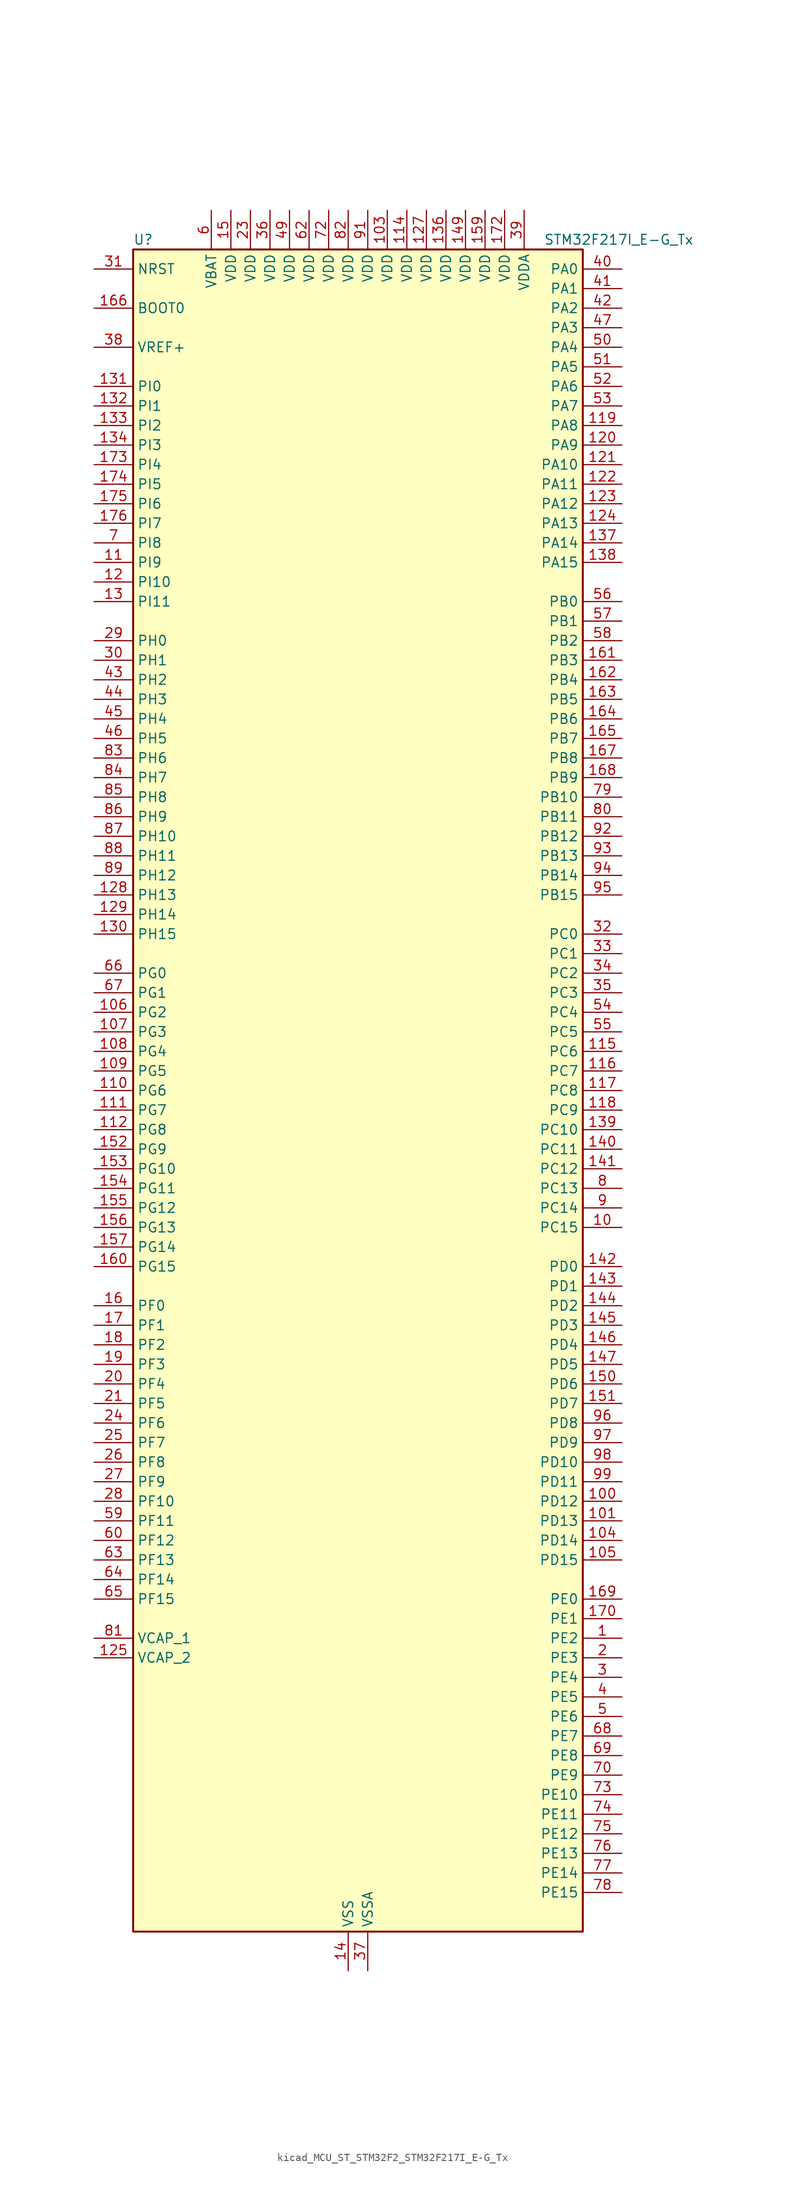
<source format=kicad_sym>
(kicad_symbol_lib
  (version 20220914)
  (generator kicad_symbol_editor)
  (symbol "kicad_MCU_ST_STM32F2_STM32F217I_E-G_Tx"
    (property "Reference" "U"
      (at -27.94 110.49 0)
      (effects (font (size 1.27 1.27)) (justify left)))
    (property "Value" "STM32F217I_E-G_Tx"
      (at 25.4 110.49 0)
      (effects (font (size 1.27 1.27)) (justify left)))
    (property "ki_locked" ""
      (at 0 0 0)
      (effects (font (size 1.27 1.27))))
    (symbol "kicad_MCU_ST_STM32F2_STM32F217I_E-G_Tx_0_1"
      (rectangle (start -27.94 -109.22) (end 30.48 109.22) (stroke (width 0.254) (type default)) (fill (type background))))
    (symbol "kicad_MCU_ST_STM32F2_STM32F217I_E-G_Tx_1_1"
      (pin bidirectional line (at 35.56 -71.12 180) (length 5.08) (name "PE2" (effects (font (size 1.27 1.27)))) (number "1" (effects (font (size 1.27 1.27)))) (alternate "ETH_TXD3" bidirectional line) (alternate "FSMC_A23" bidirectional line) (alternate "SYS_TRACECLK" bidirectional line))
      (pin bidirectional line (at 35.56 -17.78 180) (length 5.08) (name "PC15" (effects (font (size 1.27 1.27)))) (number "10" (effects (font (size 1.27 1.27)))) (alternate "ADC1_EXTI15" bidirectional line) (alternate "ADC2_EXTI15" bidirectional line) (alternate "ADC3_EXTI15" bidirectional line) (alternate "RCC_OSC32_OUT" bidirectional line))
      (pin bidirectional line (at 35.56 -53.34 180) (length 5.08) (name "PD12" (effects (font (size 1.27 1.27)))) (number "100" (effects (font (size 1.27 1.27)))) (alternate "FSMC_A17" bidirectional line) (alternate "FSMC_ALE" bidirectional line) (alternate "TIM4_CH1" bidirectional line) (alternate "USART3_RTS" bidirectional line))
      (pin bidirectional line (at 35.56 -55.88 180) (length 5.08) (name "PD13" (effects (font (size 1.27 1.27)))) (number "101" (effects (font (size 1.27 1.27)))) (alternate "FSMC_A18" bidirectional line) (alternate "TIM4_CH2" bidirectional line))
      (pin passive line (at 0 -114.3 90) (length 5.08) hide (name "VSS" (effects (font (size 1.27 1.27)))) (number "102" (effects (font (size 1.27 1.27)))))
      (pin power_in line (at 5.08 114.3 270) (length 5.08) (name "VDD" (effects (font (size 1.27 1.27)))) (number "103" (effects (font (size 1.27 1.27)))))
      (pin bidirectional line (at 35.56 -58.42 180) (length 5.08) (name "PD14" (effects (font (size 1.27 1.27)))) (number "104" (effects (font (size 1.27 1.27)))) (alternate "FSMC_D0" bidirectional line) (alternate "FSMC_DA0" bidirectional line) (alternate "TIM4_CH3" bidirectional line))
      (pin bidirectional line (at 35.56 -60.96 180) (length 5.08) (name "PD15" (effects (font (size 1.27 1.27)))) (number "105" (effects (font (size 1.27 1.27)))) (alternate "ADC1_EXTI15" bidirectional line) (alternate "ADC2_EXTI15" bidirectional line) (alternate "ADC3_EXTI15" bidirectional line) (alternate "FSMC_D1" bidirectional line) (alternate "FSMC_DA1" bidirectional line) (alternate "TIM4_CH4" bidirectional line))
      (pin bidirectional line (at -33.02 10.16 0) (length 5.08) (name "PG2" (effects (font (size 1.27 1.27)))) (number "106" (effects (font (size 1.27 1.27)))) (alternate "FSMC_A12" bidirectional line))
      (pin bidirectional line (at -33.02 7.62 0) (length 5.08) (name "PG3" (effects (font (size 1.27 1.27)))) (number "107" (effects (font (size 1.27 1.27)))) (alternate "FSMC_A13" bidirectional line))
      (pin bidirectional line (at -33.02 5.08 0) (length 5.08) (name "PG4" (effects (font (size 1.27 1.27)))) (number "108" (effects (font (size 1.27 1.27)))) (alternate "FSMC_A14" bidirectional line))
      (pin bidirectional line (at -33.02 2.54 0) (length 5.08) (name "PG5" (effects (font (size 1.27 1.27)))) (number "109" (effects (font (size 1.27 1.27)))) (alternate "FSMC_A15" bidirectional line))
      (pin bidirectional line (at -33.02 68.58 0) (length 5.08) (name "PI9" (effects (font (size 1.27 1.27)))) (number "11" (effects (font (size 1.27 1.27)))) (alternate "CAN1_RX" bidirectional line) (alternate "DAC_EXTI9" bidirectional line))
      (pin bidirectional line (at -33.02 0 0) (length 5.08) (name "PG6" (effects (font (size 1.27 1.27)))) (number "110" (effects (font (size 1.27 1.27)))) (alternate "FSMC_INT2" bidirectional line))
      (pin bidirectional line (at -33.02 -2.54 0) (length 5.08) (name "PG7" (effects (font (size 1.27 1.27)))) (number "111" (effects (font (size 1.27 1.27)))) (alternate "FSMC_INT3" bidirectional line) (alternate "USART6_CK" bidirectional line))
      (pin bidirectional line (at -33.02 -5.08 0) (length 5.08) (name "PG8" (effects (font (size 1.27 1.27)))) (number "112" (effects (font (size 1.27 1.27)))) (alternate "ETH_PPS_OUT" bidirectional line) (alternate "USART6_RTS" bidirectional line))
      (pin passive line (at 0 -114.3 90) (length 5.08) hide (name "VSS" (effects (font (size 1.27 1.27)))) (number "113" (effects (font (size 1.27 1.27)))))
      (pin power_in line (at 7.62 114.3 270) (length 5.08) (name "VDD" (effects (font (size 1.27 1.27)))) (number "114" (effects (font (size 1.27 1.27)))))
      (pin bidirectional line (at 35.56 5.08 180) (length 5.08) (name "PC6" (effects (font (size 1.27 1.27)))) (number "115" (effects (font (size 1.27 1.27)))) (alternate "DCMI_D0" bidirectional line) (alternate "I2S2_MCK" bidirectional line) (alternate "SDIO_D6" bidirectional line) (alternate "TIM3_CH1" bidirectional line) (alternate "TIM8_CH1" bidirectional line) (alternate "USART6_TX" bidirectional line))
      (pin bidirectional line (at 35.56 2.54 180) (length 5.08) (name "PC7" (effects (font (size 1.27 1.27)))) (number "116" (effects (font (size 1.27 1.27)))) (alternate "DCMI_D1" bidirectional line) (alternate "I2S3_MCK" bidirectional line) (alternate "SDIO_D7" bidirectional line) (alternate "TIM3_CH2" bidirectional line) (alternate "TIM8_CH2" bidirectional line) (alternate "USART6_RX" bidirectional line))
      (pin bidirectional line (at 35.56 0 180) (length 5.08) (name "PC8" (effects (font (size 1.27 1.27)))) (number "117" (effects (font (size 1.27 1.27)))) (alternate "DCMI_D2" bidirectional line) (alternate "SDIO_D0" bidirectional line) (alternate "TIM3_CH3" bidirectional line) (alternate "TIM8_CH3" bidirectional line) (alternate "USART6_CK" bidirectional line))
      (pin bidirectional line (at 35.56 -2.54 180) (length 5.08) (name "PC9" (effects (font (size 1.27 1.27)))) (number "118" (effects (font (size 1.27 1.27)))) (alternate "DAC_EXTI9" bidirectional line) (alternate "DCMI_D3" bidirectional line) (alternate "I2C3_SDA" bidirectional line) (alternate "I2S_CKIN" bidirectional line) (alternate "RCC_MCO_2" bidirectional line) (alternate "SDIO_D1" bidirectional line) (alternate "TIM3_CH4" bidirectional line) (alternate "TIM8_CH4" bidirectional line))
      (pin bidirectional line (at 35.56 86.36 180) (length 5.08) (name "PA8" (effects (font (size 1.27 1.27)))) (number "119" (effects (font (size 1.27 1.27)))) (alternate "I2C3_SCL" bidirectional line) (alternate "RCC_MCO_1" bidirectional line) (alternate "TIM1_CH1" bidirectional line) (alternate "USART1_CK" bidirectional line) (alternate "USB_OTG_FS_SOF" bidirectional line))
      (pin bidirectional line (at -33.02 66.04 0) (length 5.08) (name "PI10" (effects (font (size 1.27 1.27)))) (number "12" (effects (font (size 1.27 1.27)))) (alternate "ETH_RX_ER" bidirectional line))
      (pin bidirectional line (at 35.56 83.82 180) (length 5.08) (name "PA9" (effects (font (size 1.27 1.27)))) (number "120" (effects (font (size 1.27 1.27)))) (alternate "DAC_EXTI9" bidirectional line) (alternate "DCMI_D0" bidirectional line) (alternate "I2C3_SMBA" bidirectional line) (alternate "TIM1_CH2" bidirectional line) (alternate "USART1_TX" bidirectional line) (alternate "USB_OTG_FS_VBUS" bidirectional line))
      (pin bidirectional line (at 35.56 81.28 180) (length 5.08) (name "PA10" (effects (font (size 1.27 1.27)))) (number "121" (effects (font (size 1.27 1.27)))) (alternate "DCMI_D1" bidirectional line) (alternate "TIM1_CH3" bidirectional line) (alternate "USART1_RX" bidirectional line) (alternate "USB_OTG_FS_ID" bidirectional line))
      (pin bidirectional line (at 35.56 78.74 180) (length 5.08) (name "PA11" (effects (font (size 1.27 1.27)))) (number "122" (effects (font (size 1.27 1.27)))) (alternate "ADC1_EXTI11" bidirectional line) (alternate "ADC2_EXTI11" bidirectional line) (alternate "ADC3_EXTI11" bidirectional line) (alternate "CAN1_RX" bidirectional line) (alternate "TIM1_CH4" bidirectional line) (alternate "USART1_CTS" bidirectional line) (alternate "USB_OTG_FS_DM" bidirectional line))
      (pin bidirectional line (at 35.56 76.2 180) (length 5.08) (name "PA12" (effects (font (size 1.27 1.27)))) (number "123" (effects (font (size 1.27 1.27)))) (alternate "CAN1_TX" bidirectional line) (alternate "TIM1_ETR" bidirectional line) (alternate "USART1_RTS" bidirectional line) (alternate "USB_OTG_FS_DP" bidirectional line))
      (pin bidirectional line (at 35.56 73.66 180) (length 5.08) (name "PA13" (effects (font (size 1.27 1.27)))) (number "124" (effects (font (size 1.27 1.27)))) (alternate "SYS_JTMS-SWDIO" bidirectional line))
      (pin power_out line (at -33.02 -73.66 0) (length 5.08) (name "VCAP_2" (effects (font (size 1.27 1.27)))) (number "125" (effects (font (size 1.27 1.27)))))
      (pin passive line (at 0 -114.3 90) (length 5.08) hide (name "VSS" (effects (font (size 1.27 1.27)))) (number "126" (effects (font (size 1.27 1.27)))))
      (pin power_in line (at 10.16 114.3 270) (length 5.08) (name "VDD" (effects (font (size 1.27 1.27)))) (number "127" (effects (font (size 1.27 1.27)))))
      (pin bidirectional line (at -33.02 25.4 0) (length 5.08) (name "PH13" (effects (font (size 1.27 1.27)))) (number "128" (effects (font (size 1.27 1.27)))) (alternate "CAN1_TX" bidirectional line) (alternate "TIM8_CH1N" bidirectional line))
      (pin bidirectional line (at -33.02 22.86 0) (length 5.08) (name "PH14" (effects (font (size 1.27 1.27)))) (number "129" (effects (font (size 1.27 1.27)))) (alternate "DCMI_D4" bidirectional line) (alternate "TIM8_CH2N" bidirectional line))
      (pin bidirectional line (at -33.02 63.5 0) (length 5.08) (name "PI11" (effects (font (size 1.27 1.27)))) (number "13" (effects (font (size 1.27 1.27)))) (alternate "ADC1_EXTI11" bidirectional line) (alternate "ADC2_EXTI11" bidirectional line) (alternate "ADC3_EXTI11" bidirectional line) (alternate "USB_OTG_HS_ULPI_DIR" bidirectional line))
      (pin bidirectional line (at -33.02 20.32 0) (length 5.08) (name "PH15" (effects (font (size 1.27 1.27)))) (number "130" (effects (font (size 1.27 1.27)))) (alternate "ADC1_EXTI15" bidirectional line) (alternate "ADC2_EXTI15" bidirectional line) (alternate "ADC3_EXTI15" bidirectional line) (alternate "DCMI_D11" bidirectional line) (alternate "TIM8_CH3N" bidirectional line))
      (pin bidirectional line (at -33.02 91.44 0) (length 5.08) (name "PI0" (effects (font (size 1.27 1.27)))) (number "131" (effects (font (size 1.27 1.27)))) (alternate "DCMI_D13" bidirectional line) (alternate "I2S2_WS" bidirectional line) (alternate "SPI2_NSS" bidirectional line) (alternate "TIM5_CH4" bidirectional line))
      (pin bidirectional line (at -33.02 88.9 0) (length 5.08) (name "PI1" (effects (font (size 1.27 1.27)))) (number "132" (effects (font (size 1.27 1.27)))) (alternate "DCMI_D8" bidirectional line) (alternate "I2S2_SCK" bidirectional line) (alternate "SPI2_SCK" bidirectional line))
      (pin bidirectional line (at -33.02 86.36 0) (length 5.08) (name "PI2" (effects (font (size 1.27 1.27)))) (number "133" (effects (font (size 1.27 1.27)))) (alternate "DCMI_D9" bidirectional line) (alternate "SPI2_MISO" bidirectional line) (alternate "TIM8_CH4" bidirectional line))
      (pin bidirectional line (at -33.02 83.82 0) (length 5.08) (name "PI3" (effects (font (size 1.27 1.27)))) (number "134" (effects (font (size 1.27 1.27)))) (alternate "DCMI_D10" bidirectional line) (alternate "I2S2_SD" bidirectional line) (alternate "SPI2_MOSI" bidirectional line) (alternate "TIM8_ETR" bidirectional line))
      (pin passive line (at 0 -114.3 90) (length 5.08) hide (name "VSS" (effects (font (size 1.27 1.27)))) (number "135" (effects (font (size 1.27 1.27)))))
      (pin power_in line (at 12.7 114.3 270) (length 5.08) (name "VDD" (effects (font (size 1.27 1.27)))) (number "136" (effects (font (size 1.27 1.27)))))
      (pin bidirectional line (at 35.56 71.12 180) (length 5.08) (name "PA14" (effects (font (size 1.27 1.27)))) (number "137" (effects (font (size 1.27 1.27)))) (alternate "SYS_JTCK-SWCLK" bidirectional line))
      (pin bidirectional line (at 35.56 68.58 180) (length 5.08) (name "PA15" (effects (font (size 1.27 1.27)))) (number "138" (effects (font (size 1.27 1.27)))) (alternate "ADC1_EXTI15" bidirectional line) (alternate "ADC2_EXTI15" bidirectional line) (alternate "ADC3_EXTI15" bidirectional line) (alternate "I2S3_WS" bidirectional line) (alternate "SPI1_NSS" bidirectional line) (alternate "SPI3_NSS" bidirectional line) (alternate "SYS_JTDI" bidirectional line) (alternate "TIM2_CH1" bidirectional line) (alternate "TIM2_ETR" bidirectional line))
      (pin bidirectional line (at 35.56 -5.08 180) (length 5.08) (name "PC10" (effects (font (size 1.27 1.27)))) (number "139" (effects (font (size 1.27 1.27)))) (alternate "DCMI_D8" bidirectional line) (alternate "I2S3_SCK" bidirectional line) (alternate "SDIO_D2" bidirectional line) (alternate "SPI3_SCK" bidirectional line) (alternate "UART4_TX" bidirectional line) (alternate "USART3_TX" bidirectional line))
      (pin power_in line (at 0 -114.3 90) (length 5.08) (name "VSS" (effects (font (size 1.27 1.27)))) (number "14" (effects (font (size 1.27 1.27)))))
      (pin bidirectional line (at 35.56 -7.62 180) (length 5.08) (name "PC11" (effects (font (size 1.27 1.27)))) (number "140" (effects (font (size 1.27 1.27)))) (alternate "ADC1_EXTI11" bidirectional line) (alternate "ADC2_EXTI11" bidirectional line) (alternate "ADC3_EXTI11" bidirectional line) (alternate "DCMI_D4" bidirectional line) (alternate "SDIO_D3" bidirectional line) (alternate "SPI3_MISO" bidirectional line) (alternate "UART4_RX" bidirectional line) (alternate "USART3_RX" bidirectional line))
      (pin bidirectional line (at 35.56 -10.16 180) (length 5.08) (name "PC12" (effects (font (size 1.27 1.27)))) (number "141" (effects (font (size 1.27 1.27)))) (alternate "DCMI_D9" bidirectional line) (alternate "I2S3_SD" bidirectional line) (alternate "SDIO_CK" bidirectional line) (alternate "SPI3_MOSI" bidirectional line) (alternate "UART5_TX" bidirectional line) (alternate "USART3_CK" bidirectional line))
      (pin bidirectional line (at 35.56 -22.86 180) (length 5.08) (name "PD0" (effects (font (size 1.27 1.27)))) (number "142" (effects (font (size 1.27 1.27)))) (alternate "CAN1_RX" bidirectional line) (alternate "FSMC_D2" bidirectional line) (alternate "FSMC_DA2" bidirectional line))
      (pin bidirectional line (at 35.56 -25.4 180) (length 5.08) (name "PD1" (effects (font (size 1.27 1.27)))) (number "143" (effects (font (size 1.27 1.27)))) (alternate "CAN1_TX" bidirectional line) (alternate "FSMC_D3" bidirectional line) (alternate "FSMC_DA3" bidirectional line))
      (pin bidirectional line (at 35.56 -27.94 180) (length 5.08) (name "PD2" (effects (font (size 1.27 1.27)))) (number "144" (effects (font (size 1.27 1.27)))) (alternate "DCMI_D11" bidirectional line) (alternate "SDIO_CMD" bidirectional line) (alternate "TIM3_ETR" bidirectional line) (alternate "UART5_RX" bidirectional line))
      (pin bidirectional line (at 35.56 -30.48 180) (length 5.08) (name "PD3" (effects (font (size 1.27 1.27)))) (number "145" (effects (font (size 1.27 1.27)))) (alternate "FSMC_CLK" bidirectional line) (alternate "USART2_CTS" bidirectional line))
      (pin bidirectional line (at 35.56 -33.02 180) (length 5.08) (name "PD4" (effects (font (size 1.27 1.27)))) (number "146" (effects (font (size 1.27 1.27)))) (alternate "FSMC_NOE" bidirectional line) (alternate "USART2_RTS" bidirectional line))
      (pin bidirectional line (at 35.56 -35.56 180) (length 5.08) (name "PD5" (effects (font (size 1.27 1.27)))) (number "147" (effects (font (size 1.27 1.27)))) (alternate "FSMC_NWE" bidirectional line) (alternate "USART2_TX" bidirectional line))
      (pin passive line (at 0 -114.3 90) (length 5.08) hide (name "VSS" (effects (font (size 1.27 1.27)))) (number "148" (effects (font (size 1.27 1.27)))))
      (pin power_in line (at 15.24 114.3 270) (length 5.08) (name "VDD" (effects (font (size 1.27 1.27)))) (number "149" (effects (font (size 1.27 1.27)))))
      (pin power_in line (at -15.24 114.3 270) (length 5.08) (name "VDD" (effects (font (size 1.27 1.27)))) (number "15" (effects (font (size 1.27 1.27)))))
      (pin bidirectional line (at 35.56 -38.1 180) (length 5.08) (name "PD6" (effects (font (size 1.27 1.27)))) (number "150" (effects (font (size 1.27 1.27)))) (alternate "FSMC_NWAIT" bidirectional line) (alternate "USART2_RX" bidirectional line))
      (pin bidirectional line (at 35.56 -40.64 180) (length 5.08) (name "PD7" (effects (font (size 1.27 1.27)))) (number "151" (effects (font (size 1.27 1.27)))) (alternate "FSMC_NCE2" bidirectional line) (alternate "FSMC_NE1" bidirectional line) (alternate "USART2_CK" bidirectional line))
      (pin bidirectional line (at -33.02 -7.62 0) (length 5.08) (name "PG9" (effects (font (size 1.27 1.27)))) (number "152" (effects (font (size 1.27 1.27)))) (alternate "DAC_EXTI9" bidirectional line) (alternate "FSMC_NCE3" bidirectional line) (alternate "FSMC_NE2" bidirectional line) (alternate "USART6_RX" bidirectional line))
      (pin bidirectional line (at -33.02 -10.16 0) (length 5.08) (name "PG10" (effects (font (size 1.27 1.27)))) (number "153" (effects (font (size 1.27 1.27)))) (alternate "FSMC_NCE4_1" bidirectional line) (alternate "FSMC_NE3" bidirectional line))
      (pin bidirectional line (at -33.02 -12.7 0) (length 5.08) (name "PG11" (effects (font (size 1.27 1.27)))) (number "154" (effects (font (size 1.27 1.27)))) (alternate "ADC1_EXTI11" bidirectional line) (alternate "ADC2_EXTI11" bidirectional line) (alternate "ADC3_EXTI11" bidirectional line) (alternate "ETH_TX_EN" bidirectional line) (alternate "FSMC_NCE4_2" bidirectional line))
      (pin bidirectional line (at -33.02 -15.24 0) (length 5.08) (name "PG12" (effects (font (size 1.27 1.27)))) (number "155" (effects (font (size 1.27 1.27)))) (alternate "FSMC_NE4" bidirectional line) (alternate "USART6_RTS" bidirectional line))
      (pin bidirectional line (at -33.02 -17.78 0) (length 5.08) (name "PG13" (effects (font (size 1.27 1.27)))) (number "156" (effects (font (size 1.27 1.27)))) (alternate "ETH_TXD0" bidirectional line) (alternate "FSMC_A24" bidirectional line) (alternate "USART6_CTS" bidirectional line))
      (pin bidirectional line (at -33.02 -20.32 0) (length 5.08) (name "PG14" (effects (font (size 1.27 1.27)))) (number "157" (effects (font (size 1.27 1.27)))) (alternate "ETH_TXD1" bidirectional line) (alternate "FSMC_A25" bidirectional line) (alternate "USART6_TX" bidirectional line))
      (pin passive line (at 0 -114.3 90) (length 5.08) hide (name "VSS" (effects (font (size 1.27 1.27)))) (number "158" (effects (font (size 1.27 1.27)))))
      (pin power_in line (at 17.78 114.3 270) (length 5.08) (name "VDD" (effects (font (size 1.27 1.27)))) (number "159" (effects (font (size 1.27 1.27)))))
      (pin bidirectional line (at -33.02 -27.94 0) (length 5.08) (name "PF0" (effects (font (size 1.27 1.27)))) (number "16" (effects (font (size 1.27 1.27)))) (alternate "FSMC_A0" bidirectional line) (alternate "I2C2_SDA" bidirectional line))
      (pin bidirectional line (at -33.02 -22.86 0) (length 5.08) (name "PG15" (effects (font (size 1.27 1.27)))) (number "160" (effects (font (size 1.27 1.27)))) (alternate "ADC1_EXTI15" bidirectional line) (alternate "ADC2_EXTI15" bidirectional line) (alternate "ADC3_EXTI15" bidirectional line) (alternate "DCMI_D13" bidirectional line) (alternate "USART6_CTS" bidirectional line))
      (pin bidirectional line (at 35.56 55.88 180) (length 5.08) (name "PB3" (effects (font (size 1.27 1.27)))) (number "161" (effects (font (size 1.27 1.27)))) (alternate "I2S3_SCK" bidirectional line) (alternate "SPI1_SCK" bidirectional line) (alternate "SPI3_SCK" bidirectional line) (alternate "SYS_JTDO-SWO" bidirectional line) (alternate "TIM2_CH2" bidirectional line))
      (pin bidirectional line (at 35.56 53.34 180) (length 5.08) (name "PB4" (effects (font (size 1.27 1.27)))) (number "162" (effects (font (size 1.27 1.27)))) (alternate "SPI1_MISO" bidirectional line) (alternate "SPI3_MISO" bidirectional line) (alternate "SYS_JTRST" bidirectional line) (alternate "TIM3_CH1" bidirectional line))
      (pin bidirectional line (at 35.56 50.8 180) (length 5.08) (name "PB5" (effects (font (size 1.27 1.27)))) (number "163" (effects (font (size 1.27 1.27)))) (alternate "CAN2_RX" bidirectional line) (alternate "DCMI_D10" bidirectional line) (alternate "ETH_PPS_OUT" bidirectional line) (alternate "I2C1_SMBA" bidirectional line) (alternate "I2S3_SD" bidirectional line) (alternate "SPI1_MOSI" bidirectional line) (alternate "SPI3_MOSI" bidirectional line) (alternate "TIM3_CH2" bidirectional line) (alternate "USB_OTG_HS_ULPI_D7" bidirectional line))
      (pin bidirectional line (at 35.56 48.26 180) (length 5.08) (name "PB6" (effects (font (size 1.27 1.27)))) (number "164" (effects (font (size 1.27 1.27)))) (alternate "CAN2_TX" bidirectional line) (alternate "DCMI_D5" bidirectional line) (alternate "I2C1_SCL" bidirectional line) (alternate "TIM4_CH1" bidirectional line) (alternate "USART1_TX" bidirectional line))
      (pin bidirectional line (at 35.56 45.72 180) (length 5.08) (name "PB7" (effects (font (size 1.27 1.27)))) (number "165" (effects (font (size 1.27 1.27)))) (alternate "DCMI_VSYNC" bidirectional line) (alternate "FSMC_NL" bidirectional line) (alternate "I2C1_SDA" bidirectional line) (alternate "TIM4_CH2" bidirectional line) (alternate "USART1_RX" bidirectional line))
      (pin input line (at -33.02 101.6 0) (length 5.08) (name "BOOT0" (effects (font (size 1.27 1.27)))) (number "166" (effects (font (size 1.27 1.27)))))
      (pin bidirectional line (at 35.56 43.18 180) (length 5.08) (name "PB8" (effects (font (size 1.27 1.27)))) (number "167" (effects (font (size 1.27 1.27)))) (alternate "CAN1_RX" bidirectional line) (alternate "DCMI_D6" bidirectional line) (alternate "ETH_TXD3" bidirectional line) (alternate "I2C1_SCL" bidirectional line) (alternate "SDIO_D4" bidirectional line) (alternate "TIM10_CH1" bidirectional line) (alternate "TIM4_CH3" bidirectional line))
      (pin bidirectional line (at 35.56 40.64 180) (length 5.08) (name "PB9" (effects (font (size 1.27 1.27)))) (number "168" (effects (font (size 1.27 1.27)))) (alternate "CAN1_TX" bidirectional line) (alternate "DAC_EXTI9" bidirectional line) (alternate "DCMI_D7" bidirectional line) (alternate "I2C1_SDA" bidirectional line) (alternate "I2S2_WS" bidirectional line) (alternate "SDIO_D5" bidirectional line) (alternate "SPI2_NSS" bidirectional line) (alternate "TIM11_CH1" bidirectional line) (alternate "TIM4_CH4" bidirectional line))
      (pin bidirectional line (at 35.56 -66.04 180) (length 5.08) (name "PE0" (effects (font (size 1.27 1.27)))) (number "169" (effects (font (size 1.27 1.27)))) (alternate "DCMI_D2" bidirectional line) (alternate "FSMC_NBL0" bidirectional line) (alternate "TIM4_ETR" bidirectional line))
      (pin bidirectional line (at -33.02 -30.48 0) (length 5.08) (name "PF1" (effects (font (size 1.27 1.27)))) (number "17" (effects (font (size 1.27 1.27)))) (alternate "FSMC_A1" bidirectional line) (alternate "I2C2_SCL" bidirectional line))
      (pin bidirectional line (at 35.56 -68.58 180) (length 5.08) (name "PE1" (effects (font (size 1.27 1.27)))) (number "170" (effects (font (size 1.27 1.27)))) (alternate "DCMI_D3" bidirectional line) (alternate "FSMC_NBL1" bidirectional line))
      (pin no_connect line (at -27.94 -109.22 0) (length 5.08) hide (name "RFU" (effects (font (size 1.27 1.27)))) (number "171" (effects (font (size 1.27 1.27)))))
      (pin power_in line (at 20.32 114.3 270) (length 5.08) (name "VDD" (effects (font (size 1.27 1.27)))) (number "172" (effects (font (size 1.27 1.27)))))
      (pin bidirectional line (at -33.02 81.28 0) (length 5.08) (name "PI4" (effects (font (size 1.27 1.27)))) (number "173" (effects (font (size 1.27 1.27)))) (alternate "DCMI_D5" bidirectional line) (alternate "TIM8_BKIN" bidirectional line))
      (pin bidirectional line (at -33.02 78.74 0) (length 5.08) (name "PI5" (effects (font (size 1.27 1.27)))) (number "174" (effects (font (size 1.27 1.27)))) (alternate "DCMI_VSYNC" bidirectional line) (alternate "TIM8_CH1" bidirectional line))
      (pin bidirectional line (at -33.02 76.2 0) (length 5.08) (name "PI6" (effects (font (size 1.27 1.27)))) (number "175" (effects (font (size 1.27 1.27)))) (alternate "DCMI_D6" bidirectional line) (alternate "TIM8_CH2" bidirectional line))
      (pin bidirectional line (at -33.02 73.66 0) (length 5.08) (name "PI7" (effects (font (size 1.27 1.27)))) (number "176" (effects (font (size 1.27 1.27)))) (alternate "DCMI_D7" bidirectional line) (alternate "TIM8_CH3" bidirectional line))
      (pin bidirectional line (at -33.02 -33.02 0) (length 5.08) (name "PF2" (effects (font (size 1.27 1.27)))) (number "18" (effects (font (size 1.27 1.27)))) (alternate "FSMC_A2" bidirectional line) (alternate "I2C2_SMBA" bidirectional line))
      (pin bidirectional line (at -33.02 -35.56 0) (length 5.08) (name "PF3" (effects (font (size 1.27 1.27)))) (number "19" (effects (font (size 1.27 1.27)))) (alternate "ADC3_IN9" bidirectional line) (alternate "FSMC_A3" bidirectional line))
      (pin bidirectional line (at 35.56 -73.66 180) (length 5.08) (name "PE3" (effects (font (size 1.27 1.27)))) (number "2" (effects (font (size 1.27 1.27)))) (alternate "FSMC_A19" bidirectional line) (alternate "SYS_TRACED0" bidirectional line))
      (pin bidirectional line (at -33.02 -38.1 0) (length 5.08) (name "PF4" (effects (font (size 1.27 1.27)))) (number "20" (effects (font (size 1.27 1.27)))) (alternate "ADC3_IN14" bidirectional line) (alternate "FSMC_A4" bidirectional line))
      (pin bidirectional line (at -33.02 -40.64 0) (length 5.08) (name "PF5" (effects (font (size 1.27 1.27)))) (number "21" (effects (font (size 1.27 1.27)))) (alternate "ADC3_IN15" bidirectional line) (alternate "FSMC_A5" bidirectional line))
      (pin passive line (at 0 -114.3 90) (length 5.08) hide (name "VSS" (effects (font (size 1.27 1.27)))) (number "22" (effects (font (size 1.27 1.27)))))
      (pin power_in line (at -12.7 114.3 270) (length 5.08) (name "VDD" (effects (font (size 1.27 1.27)))) (number "23" (effects (font (size 1.27 1.27)))))
      (pin bidirectional line (at -33.02 -43.18 0) (length 5.08) (name "PF6" (effects (font (size 1.27 1.27)))) (number "24" (effects (font (size 1.27 1.27)))) (alternate "ADC3_IN4" bidirectional line) (alternate "FSMC_NIORD" bidirectional line) (alternate "TIM10_CH1" bidirectional line))
      (pin bidirectional line (at -33.02 -45.72 0) (length 5.08) (name "PF7" (effects (font (size 1.27 1.27)))) (number "25" (effects (font (size 1.27 1.27)))) (alternate "ADC3_IN5" bidirectional line) (alternate "FSMC_NREG" bidirectional line) (alternate "TIM11_CH1" bidirectional line))
      (pin bidirectional line (at -33.02 -48.26 0) (length 5.08) (name "PF8" (effects (font (size 1.27 1.27)))) (number "26" (effects (font (size 1.27 1.27)))) (alternate "ADC3_IN6" bidirectional line) (alternate "FSMC_NIOWR" bidirectional line) (alternate "TIM13_CH1" bidirectional line))
      (pin bidirectional line (at -33.02 -50.8 0) (length 5.08) (name "PF9" (effects (font (size 1.27 1.27)))) (number "27" (effects (font (size 1.27 1.27)))) (alternate "ADC3_IN7" bidirectional line) (alternate "DAC_EXTI9" bidirectional line) (alternate "FSMC_CD" bidirectional line) (alternate "TIM14_CH1" bidirectional line))
      (pin bidirectional line (at -33.02 -53.34 0) (length 5.08) (name "PF10" (effects (font (size 1.27 1.27)))) (number "28" (effects (font (size 1.27 1.27)))) (alternate "ADC3_IN8" bidirectional line) (alternate "FSMC_INTR" bidirectional line))
      (pin bidirectional line (at -33.02 58.42 0) (length 5.08) (name "PH0" (effects (font (size 1.27 1.27)))) (number "29" (effects (font (size 1.27 1.27)))) (alternate "RCC_OSC_IN" bidirectional line))
      (pin bidirectional line (at 35.56 -76.2 180) (length 5.08) (name "PE4" (effects (font (size 1.27 1.27)))) (number "3" (effects (font (size 1.27 1.27)))) (alternate "DCMI_D4" bidirectional line) (alternate "FSMC_A20" bidirectional line) (alternate "SYS_TRACED1" bidirectional line))
      (pin bidirectional line (at -33.02 55.88 0) (length 5.08) (name "PH1" (effects (font (size 1.27 1.27)))) (number "30" (effects (font (size 1.27 1.27)))) (alternate "RCC_OSC_OUT" bidirectional line))
      (pin input line (at -33.02 106.68 0) (length 5.08) (name "NRST" (effects (font (size 1.27 1.27)))) (number "31" (effects (font (size 1.27 1.27)))))
      (pin bidirectional line (at 35.56 20.32 180) (length 5.08) (name "PC0" (effects (font (size 1.27 1.27)))) (number "32" (effects (font (size 1.27 1.27)))) (alternate "ADC1_IN10" bidirectional line) (alternate "ADC2_IN10" bidirectional line) (alternate "ADC3_IN10" bidirectional line) (alternate "USB_OTG_HS_ULPI_STP" bidirectional line))
      (pin bidirectional line (at 35.56 17.78 180) (length 5.08) (name "PC1" (effects (font (size 1.27 1.27)))) (number "33" (effects (font (size 1.27 1.27)))) (alternate "ADC1_IN11" bidirectional line) (alternate "ADC2_IN11" bidirectional line) (alternate "ADC3_IN11" bidirectional line) (alternate "ETH_MDC" bidirectional line))
      (pin bidirectional line (at 35.56 15.24 180) (length 5.08) (name "PC2" (effects (font (size 1.27 1.27)))) (number "34" (effects (font (size 1.27 1.27)))) (alternate "ADC1_IN12" bidirectional line) (alternate "ADC2_IN12" bidirectional line) (alternate "ADC3_IN12" bidirectional line) (alternate "ETH_TXD2" bidirectional line) (alternate "SPI2_MISO" bidirectional line) (alternate "USB_OTG_HS_ULPI_DIR" bidirectional line))
      (pin bidirectional line (at 35.56 12.7 180) (length 5.08) (name "PC3" (effects (font (size 1.27 1.27)))) (number "35" (effects (font (size 1.27 1.27)))) (alternate "ADC1_IN13" bidirectional line) (alternate "ADC2_IN13" bidirectional line) (alternate "ADC3_IN13" bidirectional line) (alternate "ETH_TX_CLK" bidirectional line) (alternate "I2S2_SD" bidirectional line) (alternate "SPI2_MOSI" bidirectional line) (alternate "USB_OTG_HS_ULPI_NXT" bidirectional line))
      (pin power_in line (at -10.16 114.3 270) (length 5.08) (name "VDD" (effects (font (size 1.27 1.27)))) (number "36" (effects (font (size 1.27 1.27)))))
      (pin power_in line (at 2.54 -114.3 90) (length 5.08) (name "VSSA" (effects (font (size 1.27 1.27)))) (number "37" (effects (font (size 1.27 1.27)))))
      (pin input line (at -33.02 96.52 0) (length 5.08) (name "VREF+" (effects (font (size 1.27 1.27)))) (number "38" (effects (font (size 1.27 1.27)))))
      (pin power_in line (at 22.86 114.3 270) (length 5.08) (name "VDDA" (effects (font (size 1.27 1.27)))) (number "39" (effects (font (size 1.27 1.27)))))
      (pin bidirectional line (at 35.56 -78.74 180) (length 5.08) (name "PE5" (effects (font (size 1.27 1.27)))) (number "4" (effects (font (size 1.27 1.27)))) (alternate "DCMI_D6" bidirectional line) (alternate "FSMC_A21" bidirectional line) (alternate "SYS_TRACED2" bidirectional line) (alternate "TIM9_CH1" bidirectional line))
      (pin bidirectional line (at 35.56 106.68 180) (length 5.08) (name "PA0" (effects (font (size 1.27 1.27)))) (number "40" (effects (font (size 1.27 1.27)))) (alternate "ADC1_IN0" bidirectional line) (alternate "ADC2_IN0" bidirectional line) (alternate "ADC3_IN0" bidirectional line) (alternate "ETH_CRS" bidirectional line) (alternate "SYS_WKUP" bidirectional line) (alternate "TIM2_CH1" bidirectional line) (alternate "TIM2_ETR" bidirectional line) (alternate "TIM5_CH1" bidirectional line) (alternate "TIM8_ETR" bidirectional line) (alternate "UART4_TX" bidirectional line) (alternate "USART2_CTS" bidirectional line))
      (pin bidirectional line (at 35.56 104.14 180) (length 5.08) (name "PA1" (effects (font (size 1.27 1.27)))) (number "41" (effects (font (size 1.27 1.27)))) (alternate "ADC1_IN1" bidirectional line) (alternate "ADC2_IN1" bidirectional line) (alternate "ADC3_IN1" bidirectional line) (alternate "ETH_REF_CLK" bidirectional line) (alternate "ETH_RX_CLK" bidirectional line) (alternate "TIM2_CH2" bidirectional line) (alternate "TIM5_CH2" bidirectional line) (alternate "UART4_RX" bidirectional line) (alternate "USART2_RTS" bidirectional line))
      (pin bidirectional line (at 35.56 101.6 180) (length 5.08) (name "PA2" (effects (font (size 1.27 1.27)))) (number "42" (effects (font (size 1.27 1.27)))) (alternate "ADC1_IN2" bidirectional line) (alternate "ADC2_IN2" bidirectional line) (alternate "ADC3_IN2" bidirectional line) (alternate "ETH_MDIO" bidirectional line) (alternate "TIM2_CH3" bidirectional line) (alternate "TIM5_CH3" bidirectional line) (alternate "TIM9_CH1" bidirectional line) (alternate "USART2_TX" bidirectional line))
      (pin bidirectional line (at -33.02 53.34 0) (length 5.08) (name "PH2" (effects (font (size 1.27 1.27)))) (number "43" (effects (font (size 1.27 1.27)))) (alternate "ETH_CRS" bidirectional line))
      (pin bidirectional line (at -33.02 50.8 0) (length 5.08) (name "PH3" (effects (font (size 1.27 1.27)))) (number "44" (effects (font (size 1.27 1.27)))) (alternate "ETH_COL" bidirectional line))
      (pin bidirectional line (at -33.02 48.26 0) (length 5.08) (name "PH4" (effects (font (size 1.27 1.27)))) (number "45" (effects (font (size 1.27 1.27)))) (alternate "I2C2_SCL" bidirectional line) (alternate "USB_OTG_HS_ULPI_NXT" bidirectional line))
      (pin bidirectional line (at -33.02 45.72 0) (length 5.08) (name "PH5" (effects (font (size 1.27 1.27)))) (number "46" (effects (font (size 1.27 1.27)))) (alternate "I2C2_SDA" bidirectional line))
      (pin bidirectional line (at 35.56 99.06 180) (length 5.08) (name "PA3" (effects (font (size 1.27 1.27)))) (number "47" (effects (font (size 1.27 1.27)))) (alternate "ADC1_IN3" bidirectional line) (alternate "ADC2_IN3" bidirectional line) (alternate "ADC3_IN3" bidirectional line) (alternate "ETH_COL" bidirectional line) (alternate "TIM2_CH4" bidirectional line) (alternate "TIM5_CH4" bidirectional line) (alternate "TIM9_CH2" bidirectional line) (alternate "USART2_RX" bidirectional line) (alternate "USB_OTG_HS_ULPI_D0" bidirectional line))
      (pin passive line (at 0 -114.3 90) (length 5.08) hide (name "VSS" (effects (font (size 1.27 1.27)))) (number "48" (effects (font (size 1.27 1.27)))))
      (pin power_in line (at -7.62 114.3 270) (length 5.08) (name "VDD" (effects (font (size 1.27 1.27)))) (number "49" (effects (font (size 1.27 1.27)))))
      (pin bidirectional line (at 35.56 -81.28 180) (length 5.08) (name "PE6" (effects (font (size 1.27 1.27)))) (number "5" (effects (font (size 1.27 1.27)))) (alternate "DCMI_D7" bidirectional line) (alternate "FSMC_A22" bidirectional line) (alternate "SYS_TRACED3" bidirectional line) (alternate "TIM9_CH2" bidirectional line))
      (pin bidirectional line (at 35.56 96.52 180) (length 5.08) (name "PA4" (effects (font (size 1.27 1.27)))) (number "50" (effects (font (size 1.27 1.27)))) (alternate "ADC1_IN4" bidirectional line) (alternate "ADC2_IN4" bidirectional line) (alternate "DAC_OUT1" bidirectional line) (alternate "DCMI_HSYNC" bidirectional line) (alternate "I2S3_WS" bidirectional line) (alternate "SPI1_NSS" bidirectional line) (alternate "SPI3_NSS" bidirectional line) (alternate "USART2_CK" bidirectional line) (alternate "USB_OTG_HS_SOF" bidirectional line))
      (pin bidirectional line (at 35.56 93.98 180) (length 5.08) (name "PA5" (effects (font (size 1.27 1.27)))) (number "51" (effects (font (size 1.27 1.27)))) (alternate "ADC1_IN5" bidirectional line) (alternate "ADC2_IN5" bidirectional line) (alternate "DAC_OUT2" bidirectional line) (alternate "SPI1_SCK" bidirectional line) (alternate "TIM2_CH1" bidirectional line) (alternate "TIM2_ETR" bidirectional line) (alternate "TIM8_CH1N" bidirectional line) (alternate "USB_OTG_HS_ULPI_CK" bidirectional line))
      (pin bidirectional line (at 35.56 91.44 180) (length 5.08) (name "PA6" (effects (font (size 1.27 1.27)))) (number "52" (effects (font (size 1.27 1.27)))) (alternate "ADC1_IN6" bidirectional line) (alternate "ADC2_IN6" bidirectional line) (alternate "DCMI_PIXCLK" bidirectional line) (alternate "SPI1_MISO" bidirectional line) (alternate "TIM13_CH1" bidirectional line) (alternate "TIM1_BKIN" bidirectional line) (alternate "TIM3_CH1" bidirectional line) (alternate "TIM8_BKIN" bidirectional line))
      (pin bidirectional line (at 35.56 88.9 180) (length 5.08) (name "PA7" (effects (font (size 1.27 1.27)))) (number "53" (effects (font (size 1.27 1.27)))) (alternate "ADC1_IN7" bidirectional line) (alternate "ADC2_IN7" bidirectional line) (alternate "ETH_CRS_DV" bidirectional line) (alternate "ETH_RX_DV" bidirectional line) (alternate "SPI1_MOSI" bidirectional line) (alternate "TIM14_CH1" bidirectional line) (alternate "TIM1_CH1N" bidirectional line) (alternate "TIM3_CH2" bidirectional line) (alternate "TIM8_CH1N" bidirectional line))
      (pin bidirectional line (at 35.56 10.16 180) (length 5.08) (name "PC4" (effects (font (size 1.27 1.27)))) (number "54" (effects (font (size 1.27 1.27)))) (alternate "ADC1_IN14" bidirectional line) (alternate "ADC2_IN14" bidirectional line) (alternate "ETH_RXD0" bidirectional line))
      (pin bidirectional line (at 35.56 7.62 180) (length 5.08) (name "PC5" (effects (font (size 1.27 1.27)))) (number "55" (effects (font (size 1.27 1.27)))) (alternate "ADC1_IN15" bidirectional line) (alternate "ADC2_IN15" bidirectional line) (alternate "ETH_RXD1" bidirectional line))
      (pin bidirectional line (at 35.56 63.5 180) (length 5.08) (name "PB0" (effects (font (size 1.27 1.27)))) (number "56" (effects (font (size 1.27 1.27)))) (alternate "ADC1_IN8" bidirectional line) (alternate "ADC2_IN8" bidirectional line) (alternate "ETH_RXD2" bidirectional line) (alternate "TIM1_CH2N" bidirectional line) (alternate "TIM3_CH3" bidirectional line) (alternate "TIM8_CH2N" bidirectional line) (alternate "USB_OTG_HS_ULPI_D1" bidirectional line))
      (pin bidirectional line (at 35.56 60.96 180) (length 5.08) (name "PB1" (effects (font (size 1.27 1.27)))) (number "57" (effects (font (size 1.27 1.27)))) (alternate "ADC1_IN9" bidirectional line) (alternate "ADC2_IN9" bidirectional line) (alternate "ETH_RXD3" bidirectional line) (alternate "TIM1_CH3N" bidirectional line) (alternate "TIM3_CH4" bidirectional line) (alternate "TIM8_CH3N" bidirectional line) (alternate "USB_OTG_HS_ULPI_D2" bidirectional line))
      (pin bidirectional line (at 35.56 58.42 180) (length 5.08) (name "PB2" (effects (font (size 1.27 1.27)))) (number "58" (effects (font (size 1.27 1.27)))))
      (pin bidirectional line (at -33.02 -55.88 0) (length 5.08) (name "PF11" (effects (font (size 1.27 1.27)))) (number "59" (effects (font (size 1.27 1.27)))) (alternate "ADC1_EXTI11" bidirectional line) (alternate "ADC2_EXTI11" bidirectional line) (alternate "ADC3_EXTI11" bidirectional line) (alternate "DCMI_D12" bidirectional line))
      (pin power_in line (at -17.78 114.3 270) (length 5.08) (name "VBAT" (effects (font (size 1.27 1.27)))) (number "6" (effects (font (size 1.27 1.27)))))
      (pin bidirectional line (at -33.02 -58.42 0) (length 5.08) (name "PF12" (effects (font (size 1.27 1.27)))) (number "60" (effects (font (size 1.27 1.27)))) (alternate "FSMC_A6" bidirectional line))
      (pin passive line (at 0 -114.3 90) (length 5.08) hide (name "VSS" (effects (font (size 1.27 1.27)))) (number "61" (effects (font (size 1.27 1.27)))))
      (pin power_in line (at -5.08 114.3 270) (length 5.08) (name "VDD" (effects (font (size 1.27 1.27)))) (number "62" (effects (font (size 1.27 1.27)))))
      (pin bidirectional line (at -33.02 -60.96 0) (length 5.08) (name "PF13" (effects (font (size 1.27 1.27)))) (number "63" (effects (font (size 1.27 1.27)))) (alternate "FSMC_A7" bidirectional line))
      (pin bidirectional line (at -33.02 -63.5 0) (length 5.08) (name "PF14" (effects (font (size 1.27 1.27)))) (number "64" (effects (font (size 1.27 1.27)))) (alternate "FSMC_A8" bidirectional line))
      (pin bidirectional line (at -33.02 -66.04 0) (length 5.08) (name "PF15" (effects (font (size 1.27 1.27)))) (number "65" (effects (font (size 1.27 1.27)))) (alternate "ADC1_EXTI15" bidirectional line) (alternate "ADC2_EXTI15" bidirectional line) (alternate "ADC3_EXTI15" bidirectional line) (alternate "FSMC_A9" bidirectional line))
      (pin bidirectional line (at -33.02 15.24 0) (length 5.08) (name "PG0" (effects (font (size 1.27 1.27)))) (number "66" (effects (font (size 1.27 1.27)))) (alternate "FSMC_A10" bidirectional line))
      (pin bidirectional line (at -33.02 12.7 0) (length 5.08) (name "PG1" (effects (font (size 1.27 1.27)))) (number "67" (effects (font (size 1.27 1.27)))) (alternate "FSMC_A11" bidirectional line))
      (pin bidirectional line (at 35.56 -83.82 180) (length 5.08) (name "PE7" (effects (font (size 1.27 1.27)))) (number "68" (effects (font (size 1.27 1.27)))) (alternate "FSMC_D4" bidirectional line) (alternate "FSMC_DA4" bidirectional line) (alternate "TIM1_ETR" bidirectional line))
      (pin bidirectional line (at 35.56 -86.36 180) (length 5.08) (name "PE8" (effects (font (size 1.27 1.27)))) (number "69" (effects (font (size 1.27 1.27)))) (alternate "FSMC_D5" bidirectional line) (alternate "FSMC_DA5" bidirectional line) (alternate "TIM1_CH1N" bidirectional line))
      (pin bidirectional line (at -33.02 71.12 0) (length 5.08) (name "PI8" (effects (font (size 1.27 1.27)))) (number "7" (effects (font (size 1.27 1.27)))) (alternate "RTC_AF2" bidirectional line))
      (pin bidirectional line (at 35.56 -88.9 180) (length 5.08) (name "PE9" (effects (font (size 1.27 1.27)))) (number "70" (effects (font (size 1.27 1.27)))) (alternate "DAC_EXTI9" bidirectional line) (alternate "FSMC_D6" bidirectional line) (alternate "FSMC_DA6" bidirectional line) (alternate "TIM1_CH1" bidirectional line))
      (pin passive line (at 0 -114.3 90) (length 5.08) hide (name "VSS" (effects (font (size 1.27 1.27)))) (number "71" (effects (font (size 1.27 1.27)))))
      (pin power_in line (at -2.54 114.3 270) (length 5.08) (name "VDD" (effects (font (size 1.27 1.27)))) (number "72" (effects (font (size 1.27 1.27)))))
      (pin bidirectional line (at 35.56 -91.44 180) (length 5.08) (name "PE10" (effects (font (size 1.27 1.27)))) (number "73" (effects (font (size 1.27 1.27)))) (alternate "FSMC_D7" bidirectional line) (alternate "FSMC_DA7" bidirectional line) (alternate "TIM1_CH2N" bidirectional line))
      (pin bidirectional line (at 35.56 -93.98 180) (length 5.08) (name "PE11" (effects (font (size 1.27 1.27)))) (number "74" (effects (font (size 1.27 1.27)))) (alternate "ADC1_EXTI11" bidirectional line) (alternate "ADC2_EXTI11" bidirectional line) (alternate "ADC3_EXTI11" bidirectional line) (alternate "FSMC_D8" bidirectional line) (alternate "FSMC_DA8" bidirectional line) (alternate "TIM1_CH2" bidirectional line))
      (pin bidirectional line (at 35.56 -96.52 180) (length 5.08) (name "PE12" (effects (font (size 1.27 1.27)))) (number "75" (effects (font (size 1.27 1.27)))) (alternate "FSMC_D9" bidirectional line) (alternate "FSMC_DA9" bidirectional line) (alternate "TIM1_CH3N" bidirectional line))
      (pin bidirectional line (at 35.56 -99.06 180) (length 5.08) (name "PE13" (effects (font (size 1.27 1.27)))) (number "76" (effects (font (size 1.27 1.27)))) (alternate "FSMC_D10" bidirectional line) (alternate "FSMC_DA10" bidirectional line) (alternate "TIM1_CH3" bidirectional line))
      (pin bidirectional line (at 35.56 -101.6 180) (length 5.08) (name "PE14" (effects (font (size 1.27 1.27)))) (number "77" (effects (font (size 1.27 1.27)))) (alternate "FSMC_D11" bidirectional line) (alternate "FSMC_DA11" bidirectional line) (alternate "TIM1_CH4" bidirectional line))
      (pin bidirectional line (at 35.56 -104.14 180) (length 5.08) (name "PE15" (effects (font (size 1.27 1.27)))) (number "78" (effects (font (size 1.27 1.27)))) (alternate "ADC1_EXTI15" bidirectional line) (alternate "ADC2_EXTI15" bidirectional line) (alternate "ADC3_EXTI15" bidirectional line) (alternate "FSMC_D12" bidirectional line) (alternate "FSMC_DA12" bidirectional line) (alternate "TIM1_BKIN" bidirectional line))
      (pin bidirectional line (at 35.56 38.1 180) (length 5.08) (name "PB10" (effects (font (size 1.27 1.27)))) (number "79" (effects (font (size 1.27 1.27)))) (alternate "ETH_RX_ER" bidirectional line) (alternate "I2C2_SCL" bidirectional line) (alternate "I2S2_SCK" bidirectional line) (alternate "SPI2_SCK" bidirectional line) (alternate "TIM2_CH3" bidirectional line) (alternate "USART3_TX" bidirectional line) (alternate "USB_OTG_HS_ULPI_D3" bidirectional line))
      (pin bidirectional line (at 35.56 -12.7 180) (length 5.08) (name "PC13" (effects (font (size 1.27 1.27)))) (number "8" (effects (font (size 1.27 1.27)))) (alternate "RTC_AF1" bidirectional line))
      (pin bidirectional line (at 35.56 35.56 180) (length 5.08) (name "PB11" (effects (font (size 1.27 1.27)))) (number "80" (effects (font (size 1.27 1.27)))) (alternate "ADC1_EXTI11" bidirectional line) (alternate "ADC2_EXTI11" bidirectional line) (alternate "ADC3_EXTI11" bidirectional line) (alternate "ETH_TX_EN" bidirectional line) (alternate "I2C2_SDA" bidirectional line) (alternate "TIM2_CH4" bidirectional line) (alternate "USART3_RX" bidirectional line) (alternate "USB_OTG_HS_ULPI_D4" bidirectional line))
      (pin power_out line (at -33.02 -71.12 0) (length 5.08) (name "VCAP_1" (effects (font (size 1.27 1.27)))) (number "81" (effects (font (size 1.27 1.27)))))
      (pin power_in line (at 0 114.3 270) (length 5.08) (name "VDD" (effects (font (size 1.27 1.27)))) (number "82" (effects (font (size 1.27 1.27)))))
      (pin bidirectional line (at -33.02 43.18 0) (length 5.08) (name "PH6" (effects (font (size 1.27 1.27)))) (number "83" (effects (font (size 1.27 1.27)))) (alternate "ETH_RXD2" bidirectional line) (alternate "I2C2_SMBA" bidirectional line) (alternate "TIM12_CH1" bidirectional line))
      (pin bidirectional line (at -33.02 40.64 0) (length 5.08) (name "PH7" (effects (font (size 1.27 1.27)))) (number "84" (effects (font (size 1.27 1.27)))) (alternate "ETH_RXD3" bidirectional line) (alternate "I2C3_SCL" bidirectional line))
      (pin bidirectional line (at -33.02 38.1 0) (length 5.08) (name "PH8" (effects (font (size 1.27 1.27)))) (number "85" (effects (font (size 1.27 1.27)))) (alternate "DCMI_HSYNC" bidirectional line) (alternate "I2C3_SDA" bidirectional line))
      (pin bidirectional line (at -33.02 35.56 0) (length 5.08) (name "PH9" (effects (font (size 1.27 1.27)))) (number "86" (effects (font (size 1.27 1.27)))) (alternate "DAC_EXTI9" bidirectional line) (alternate "DCMI_D0" bidirectional line) (alternate "I2C3_SMBA" bidirectional line) (alternate "TIM12_CH2" bidirectional line))
      (pin bidirectional line (at -33.02 33.02 0) (length 5.08) (name "PH10" (effects (font (size 1.27 1.27)))) (number "87" (effects (font (size 1.27 1.27)))) (alternate "DCMI_D1" bidirectional line) (alternate "TIM5_CH1" bidirectional line))
      (pin bidirectional line (at -33.02 30.48 0) (length 5.08) (name "PH11" (effects (font (size 1.27 1.27)))) (number "88" (effects (font (size 1.27 1.27)))) (alternate "ADC1_EXTI11" bidirectional line) (alternate "ADC2_EXTI11" bidirectional line) (alternate "ADC3_EXTI11" bidirectional line) (alternate "DCMI_D2" bidirectional line) (alternate "TIM5_CH2" bidirectional line))
      (pin bidirectional line (at -33.02 27.94 0) (length 5.08) (name "PH12" (effects (font (size 1.27 1.27)))) (number "89" (effects (font (size 1.27 1.27)))) (alternate "DCMI_D3" bidirectional line) (alternate "TIM5_CH3" bidirectional line))
      (pin bidirectional line (at 35.56 -15.24 180) (length 5.08) (name "PC14" (effects (font (size 1.27 1.27)))) (number "9" (effects (font (size 1.27 1.27)))) (alternate "RCC_OSC32_IN" bidirectional line))
      (pin passive line (at 0 -114.3 90) (length 5.08) hide (name "VSS" (effects (font (size 1.27 1.27)))) (number "90" (effects (font (size 1.27 1.27)))))
      (pin power_in line (at 2.54 114.3 270) (length 5.08) (name "VDD" (effects (font (size 1.27 1.27)))) (number "91" (effects (font (size 1.27 1.27)))))
      (pin bidirectional line (at 35.56 33.02 180) (length 5.08) (name "PB12" (effects (font (size 1.27 1.27)))) (number "92" (effects (font (size 1.27 1.27)))) (alternate "CAN2_RX" bidirectional line) (alternate "ETH_TXD0" bidirectional line) (alternate "I2C2_SMBA" bidirectional line) (alternate "I2S2_WS" bidirectional line) (alternate "SPI2_NSS" bidirectional line) (alternate "TIM1_BKIN" bidirectional line) (alternate "USART3_CK" bidirectional line) (alternate "USB_OTG_HS_ID" bidirectional line) (alternate "USB_OTG_HS_ULPI_D5" bidirectional line))
      (pin bidirectional line (at 35.56 30.48 180) (length 5.08) (name "PB13" (effects (font (size 1.27 1.27)))) (number "93" (effects (font (size 1.27 1.27)))) (alternate "CAN2_TX" bidirectional line) (alternate "ETH_TXD1" bidirectional line) (alternate "I2S2_SCK" bidirectional line) (alternate "SPI2_SCK" bidirectional line) (alternate "TIM1_CH1N" bidirectional line) (alternate "USART3_CTS" bidirectional line) (alternate "USB_OTG_HS_ULPI_D6" bidirectional line) (alternate "USB_OTG_HS_VBUS" bidirectional line))
      (pin bidirectional line (at 35.56 27.94 180) (length 5.08) (name "PB14" (effects (font (size 1.27 1.27)))) (number "94" (effects (font (size 1.27 1.27)))) (alternate "SPI2_MISO" bidirectional line) (alternate "TIM12_CH1" bidirectional line) (alternate "TIM1_CH2N" bidirectional line) (alternate "TIM8_CH2N" bidirectional line) (alternate "USART3_RTS" bidirectional line) (alternate "USB_OTG_HS_DM" bidirectional line))
      (pin bidirectional line (at 35.56 25.4 180) (length 5.08) (name "PB15" (effects (font (size 1.27 1.27)))) (number "95" (effects (font (size 1.27 1.27)))) (alternate "ADC1_EXTI15" bidirectional line) (alternate "ADC2_EXTI15" bidirectional line) (alternate "ADC3_EXTI15" bidirectional line) (alternate "I2S2_SD" bidirectional line) (alternate "RTC_REFIN" bidirectional line) (alternate "SPI2_MOSI" bidirectional line) (alternate "TIM12_CH2" bidirectional line) (alternate "TIM1_CH3N" bidirectional line) (alternate "TIM8_CH3N" bidirectional line) (alternate "USB_OTG_HS_DP" bidirectional line))
      (pin bidirectional line (at 35.56 -43.18 180) (length 5.08) (name "PD8" (effects (font (size 1.27 1.27)))) (number "96" (effects (font (size 1.27 1.27)))) (alternate "FSMC_D13" bidirectional line) (alternate "FSMC_DA13" bidirectional line) (alternate "USART3_TX" bidirectional line))
      (pin bidirectional line (at 35.56 -45.72 180) (length 5.08) (name "PD9" (effects (font (size 1.27 1.27)))) (number "97" (effects (font (size 1.27 1.27)))) (alternate "DAC_EXTI9" bidirectional line) (alternate "FSMC_D14" bidirectional line) (alternate "FSMC_DA14" bidirectional line) (alternate "USART3_RX" bidirectional line))
      (pin bidirectional line (at 35.56 -48.26 180) (length 5.08) (name "PD10" (effects (font (size 1.27 1.27)))) (number "98" (effects (font (size 1.27 1.27)))) (alternate "FSMC_D15" bidirectional line) (alternate "FSMC_DA15" bidirectional line) (alternate "USART3_CK" bidirectional line))
      (pin bidirectional line (at 35.56 -50.8 180) (length 5.08) (name "PD11" (effects (font (size 1.27 1.27)))) (number "99" (effects (font (size 1.27 1.27)))) (alternate "ADC1_EXTI11" bidirectional line) (alternate "ADC2_EXTI11" bidirectional line) (alternate "ADC3_EXTI11" bidirectional line) (alternate "FSMC_A16" bidirectional line) (alternate "FSMC_CLE" bidirectional line) (alternate "USART3_CTS" bidirectional line)))))
</source>
